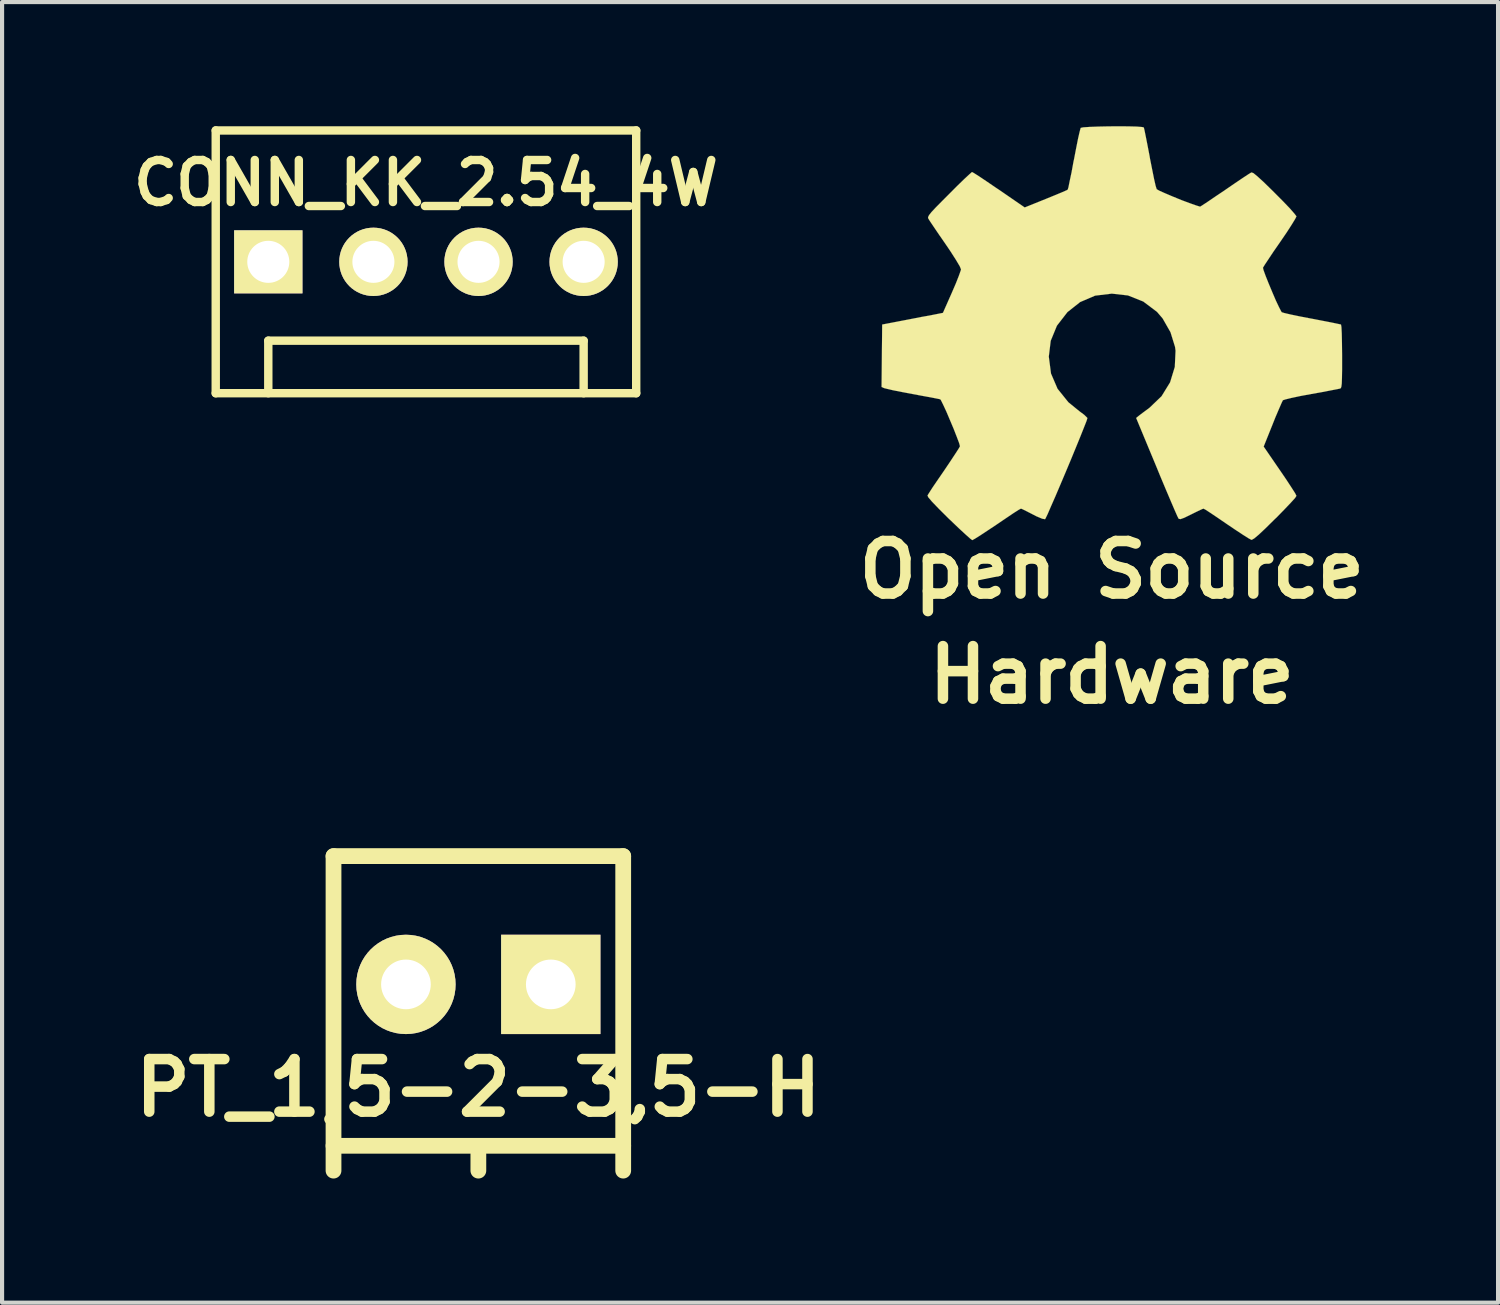
<source format=kicad_pcb>
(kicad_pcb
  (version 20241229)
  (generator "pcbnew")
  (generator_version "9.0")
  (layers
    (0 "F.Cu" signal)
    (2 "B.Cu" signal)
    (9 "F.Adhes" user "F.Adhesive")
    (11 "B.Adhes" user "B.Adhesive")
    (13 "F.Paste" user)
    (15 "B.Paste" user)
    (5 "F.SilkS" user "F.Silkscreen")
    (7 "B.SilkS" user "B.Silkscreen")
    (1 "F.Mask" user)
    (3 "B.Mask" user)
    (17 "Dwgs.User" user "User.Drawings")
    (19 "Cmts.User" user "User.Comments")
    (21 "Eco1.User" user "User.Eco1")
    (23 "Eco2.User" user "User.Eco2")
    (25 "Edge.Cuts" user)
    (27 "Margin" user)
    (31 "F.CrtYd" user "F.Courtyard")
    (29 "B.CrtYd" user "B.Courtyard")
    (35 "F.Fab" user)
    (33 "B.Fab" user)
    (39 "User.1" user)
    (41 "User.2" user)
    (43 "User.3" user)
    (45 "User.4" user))
  (footprint "OSHW_logo"
    (layer "F.Cu")
    (at 23.817 5.003)
    (property "Reference" "OSHW_logo" (at 0 -1.905 0) (layer "F.SilkS") (effects (font (size 0.508 0.508) (thickness 0.102))))
    (attr through_hole)
    (fp_poly (pts (xy -3.373 4.999) (xy -3.315 4.968) (xy -3.185 4.887) (xy -3 4.765) (xy -2.779 4.618) (xy -2.558 4.468) (xy -2.377 4.346) (xy -2.25 4.265) (xy -2.197 4.237) (xy -2.169 4.247) (xy -2.065 4.298) (xy -1.913 4.376) (xy -1.824 4.422) (xy -1.684 4.481) (xy -1.615 4.493) (xy -1.603 4.475) (xy -1.552 4.369) (xy -1.473 4.186) (xy -1.367 3.945) (xy -1.247 3.663) (xy -1.118 3.358) (xy -0.988 3.048) (xy -0.866 2.751) (xy -0.757 2.484) (xy -0.671 2.268) (xy -0.612 2.118) (xy -0.592 2.052) (xy -0.597 2.04) (xy -0.668 1.971) (xy -0.79 1.88) (xy -1.052 1.666) (xy -1.313 1.341) (xy -1.471 0.973) (xy -1.524 0.564) (xy -1.478 0.183) (xy -1.328 -0.183) (xy -1.074 -0.511) (xy -0.767 -0.754) (xy -0.406 -0.909) (xy 0 -0.958) (xy 0.389 -0.914) (xy 0.759 -0.767) (xy 1.09 -0.518) (xy 1.227 -0.358) (xy 1.417 -0.025) (xy 1.527 0.33) (xy 1.539 0.422) (xy 1.521 0.813) (xy 1.407 1.186) (xy 1.201 1.521) (xy 0.914 1.796) (xy 0.879 1.824) (xy 0.744 1.923) (xy 0.655 1.991) (xy 0.587 2.047) (xy 1.085 3.246) (xy 1.163 3.437) (xy 1.3 3.764) (xy 1.42 4.046) (xy 1.516 4.27) (xy 1.582 4.42) (xy 1.613 4.481) (xy 1.615 4.483) (xy 1.659 4.491) (xy 1.75 4.458) (xy 1.918 4.376) (xy 2.029 4.321) (xy 2.156 4.26) (xy 2.212 4.237) (xy 2.261 4.262) (xy 2.383 4.341) (xy 2.56 4.46) (xy 2.776 4.608) (xy 2.979 4.745) (xy 3.167 4.869) (xy 3.305 4.956) (xy 3.371 4.991) (xy 3.381 4.991) (xy 3.439 4.958) (xy 3.546 4.869) (xy 3.711 4.714) (xy 3.942 4.486) (xy 3.978 4.453) (xy 4.166 4.26) (xy 4.321 4.097) (xy 4.425 3.983) (xy 4.46 3.929) (xy 4.427 3.863) (xy 4.341 3.729) (xy 4.216 3.538) (xy 4.064 3.315) (xy 3.668 2.738) (xy 3.886 2.195) (xy 3.952 2.029) (xy 4.039 1.826) (xy 4.102 1.681) (xy 4.133 1.618) (xy 4.194 1.598) (xy 4.341 1.562) (xy 4.557 1.516) (xy 4.816 1.468) (xy 5.06 1.425) (xy 5.281 1.382) (xy 5.443 1.351) (xy 5.514 1.336) (xy 5.532 1.326) (xy 5.545 1.293) (xy 5.555 1.217) (xy 5.56 1.082) (xy 5.563 0.869) (xy 5.563 0.564) (xy 5.563 0.531) (xy 5.56 0.236) (xy 5.555 0.005) (xy 5.547 -0.15) (xy 5.537 -0.208) (xy 5.537 -0.211) (xy 5.469 -0.226) (xy 5.311 -0.259) (xy 5.09 -0.302) (xy 4.826 -0.353) (xy 4.808 -0.356) (xy 4.547 -0.406) (xy 4.326 -0.452) (xy 4.171 -0.488) (xy 4.105 -0.508) (xy 4.092 -0.528) (xy 4.039 -0.63) (xy 3.962 -0.792) (xy 3.876 -0.993) (xy 3.79 -1.199) (xy 3.716 -1.384) (xy 3.665 -1.524) (xy 3.65 -1.587) (xy 3.653 -1.587) (xy 3.691 -1.651) (xy 3.782 -1.788) (xy 3.909 -1.979) (xy 4.064 -2.202) (xy 4.074 -2.217) (xy 4.227 -2.441) (xy 4.348 -2.629) (xy 4.43 -2.764) (xy 4.46 -2.824) (xy 4.46 -2.827) (xy 4.409 -2.893) (xy 4.298 -3.02) (xy 4.135 -3.19) (xy 3.94 -3.386) (xy 3.879 -3.447) (xy 3.663 -3.658) (xy 3.51 -3.797) (xy 3.419 -3.871) (xy 3.373 -3.886) (xy 3.371 -3.886) (xy 3.305 -3.846) (xy 3.165 -3.754) (xy 2.974 -3.625) (xy 2.748 -3.47) (xy 2.733 -3.459) (xy 2.51 -3.31) (xy 2.324 -3.183) (xy 2.192 -3.096) (xy 2.136 -3.061) (xy 2.126 -3.061) (xy 2.035 -3.089) (xy 1.877 -3.145) (xy 1.681 -3.218) (xy 1.476 -3.302) (xy 1.29 -3.381) (xy 1.148 -3.444) (xy 1.082 -3.482) (xy 1.082 -3.485) (xy 1.057 -3.564) (xy 1.019 -3.731) (xy 0.973 -3.96) (xy 0.919 -4.232) (xy 0.912 -4.277) (xy 0.861 -4.542) (xy 0.818 -4.76) (xy 0.787 -4.912) (xy 0.772 -4.973) (xy 0.734 -4.983) (xy 0.605 -4.994) (xy 0.406 -4.999) (xy 0.168 -5.001) (xy -0.084 -4.999) (xy -0.33 -4.994) (xy -0.541 -4.986) (xy -0.691 -4.976) (xy -0.752 -4.963) (xy -0.754 -4.961) (xy -0.777 -4.877) (xy -0.815 -4.712) (xy -0.861 -4.481) (xy -0.914 -4.206) (xy -0.925 -4.158) (xy -0.973 -3.894) (xy -1.019 -3.678) (xy -1.049 -3.528) (xy -1.067 -3.47) (xy -1.09 -3.457) (xy -1.199 -3.409) (xy -1.377 -3.335) (xy -1.595 -3.246) (xy -2.106 -3.04) (xy -2.731 -3.47) (xy -2.789 -3.508) (xy -3.012 -3.66) (xy -3.198 -3.785) (xy -3.325 -3.866) (xy -3.378 -3.896) (xy -3.383 -3.894) (xy -3.444 -3.84) (xy -3.569 -3.724) (xy -3.739 -3.559) (xy -3.934 -3.363) (xy -4.079 -3.218) (xy -4.252 -3.043) (xy -4.361 -2.926) (xy -4.42 -2.85) (xy -4.442 -2.804) (xy -4.437 -2.774) (xy -4.397 -2.71) (xy -4.305 -2.573) (xy -4.176 -2.383) (xy -4.023 -2.162) (xy -3.899 -1.979) (xy -3.764 -1.768) (xy -3.675 -1.618) (xy -3.645 -1.544) (xy -3.653 -1.514) (xy -3.696 -1.392) (xy -3.769 -1.206) (xy -3.863 -0.988) (xy -4.082 -0.493) (xy -4.404 -0.429) (xy -4.602 -0.394) (xy -4.877 -0.34) (xy -5.138 -0.29) (xy -5.55 -0.211) (xy -5.565 1.298) (xy -5.502 1.326) (xy -5.441 1.341) (xy -5.288 1.377) (xy -5.07 1.42) (xy -4.816 1.468) (xy -4.597 1.509) (xy -4.376 1.549) (xy -4.219 1.58) (xy -4.148 1.595) (xy -4.13 1.618) (xy -4.077 1.725) (xy -3.998 1.895) (xy -3.912 2.098) (xy -3.823 2.309) (xy -3.747 2.504) (xy -3.691 2.652) (xy -3.67 2.731) (xy -3.701 2.786) (xy -3.785 2.916) (xy -3.907 3.101) (xy -4.054 3.32) (xy -4.204 3.538) (xy -4.331 3.724) (xy -4.417 3.858) (xy -4.455 3.919) (xy -4.437 3.962) (xy -4.348 4.067) (xy -4.183 4.239) (xy -3.94 4.481) (xy -3.899 4.519) (xy -3.703 4.707) (xy -3.538 4.859) (xy -3.424 4.961) (xy -3.373 4.999)) (stroke (width 0.003) (type solid)) (fill yes) (layer "F.SilkS"))
    (fp_text user "Hardware" (at 0 8.255 0) (layer "F.SilkS") (effects (font (size 1.27 1.27) (thickness 0.254))))
    (fp_text user "Open Source" (at 0 5.715 0) (layer "F.SilkS") (effects (font (size 1.27 1.27) (thickness 0.254)))))
  (footprint "PT_1,5-2-3,5-H"
    (layer "F.Cu")
    (at 10.259 20.737)
    (property "Reference" "PT_1,5-2-3,5-H" (at -1.75 2.5 0) (layer "F.SilkS") (effects (font (size 1.27 1.27) (thickness 0.254))))
    (attr through_hole)
    (fp_line (start -5.25 -3.1) (end -5.25 4.5) (stroke (width 0.381) (type solid)) (layer "F.SilkS"))
    (fp_line (start -5.25 3.9) (end 1.75 3.9) (stroke (width 0.381) (type solid)) (layer "F.SilkS"))
    (fp_line (start -1.75 4.1) (end -1.75 4.5) (stroke (width 0.381) (type solid)) (layer "F.SilkS"))
    (fp_line (start 1.75 -3.1) (end -5.25 -3.1) (stroke (width 0.381) (type solid)) (layer "F.SilkS"))
    (fp_line (start 1.75 4.5) (end 1.75 -3.1) (stroke (width 0.381) (type solid)) (layer "F.SilkS"))
    (pad "1" thru_hole rect (at 0 0) (size 2.4 2.4) (drill 1.2) (layers "*.Cu" "*.Mask" "F.SilkS"))
    (pad "2" thru_hole circle (at -3.5 0) (size 2.4 2.4) (drill 1.2) (layers "*.Cu" "*.Mask" "F.SilkS")))
  (footprint "CONN_KK_2.54_4W"
    (layer "F.Cu")
    (at 7.243 3.277)
    (property "Reference" "CONN_KK_2.54_4W" (at 0 -1.905 0) (layer "F.SilkS") (effects (font (size 1.016 1.016) (thickness 0.203))))
    (attr through_hole)
    (fp_line (start -5.08 -3.175) (end -5.08 3.175) (stroke (width 0.203) (type solid)) (layer "F.SilkS"))
    (fp_line (start -5.08 3.175) (end 5.08 3.175) (stroke (width 0.203) (type solid)) (layer "F.SilkS"))
    (fp_line (start -3.81 1.905) (end 3.81 1.905) (stroke (width 0.203) (type solid)) (layer "F.SilkS"))
    (fp_line (start -3.81 3.175) (end -3.81 1.905) (stroke (width 0.203) (type solid)) (layer "F.SilkS"))
    (fp_line (start 3.81 1.905) (end 3.81 3.175) (stroke (width 0.203) (type solid)) (layer "F.SilkS"))
    (fp_line (start 5.08 -3.175) (end -5.08 -3.175) (stroke (width 0.203) (type solid)) (layer "F.SilkS"))
    (fp_line (start 5.08 3.175) (end 5.08 -3.175) (stroke (width 0.203) (type solid)) (layer "F.SilkS"))
    (pad "1" thru_hole rect (at -3.81 0) (size 1.651 1.524) (drill 1.016) (layers "*.Cu" "*.Mask" "F.SilkS"))
    (pad "2" thru_hole circle (at -1.27 0) (size 1.651 1.651) (drill 1.016) (layers "*.Cu" "*.Mask" "F.SilkS"))
    (pad "3" thru_hole circle (at 1.27 0) (size 1.651 1.651) (drill 1.016) (layers "*.Cu" "*.Mask" "F.SilkS"))
    (pad "4" thru_hole circle (at 3.81 0) (size 1.651 1.651) (drill 1.016) (layers "*.Cu" "*.Mask" "F.SilkS")))
  (gr_rect
    (start -3 -3)
    (end 33.149 28.427)
    (stroke (width 0.1) (type default))
    (fill no)
    (layer "Edge.Cuts")))
</source>
